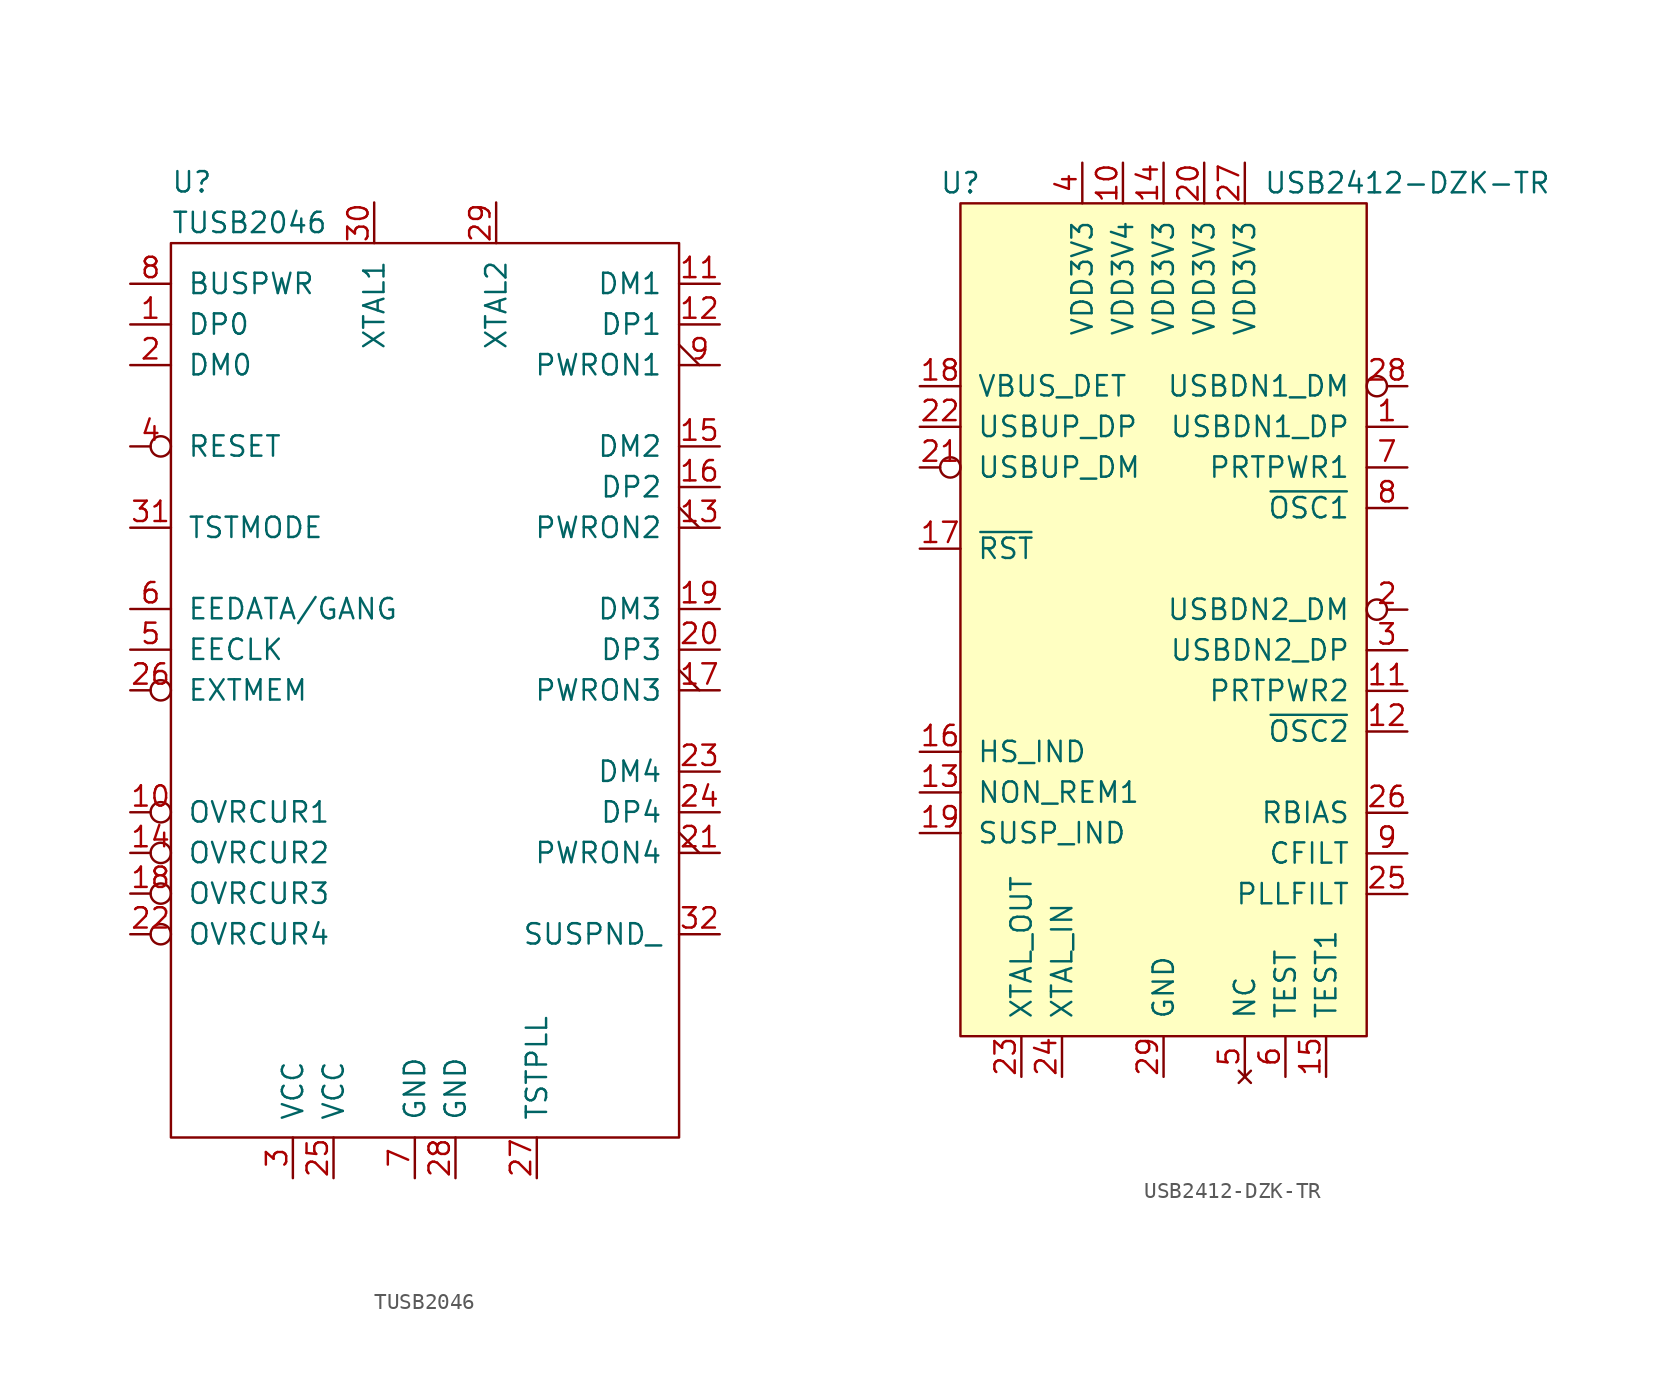
<source format=kicad_sym>
(kicad_symbol_lib
  (version 20220914)
  (generator kicad_symbol_editor)
  (symbol "TUSB2046"
    (pin_names
      (offset 1.016))
    (property "Reference" "U"
      (at -10.16 21.59 0)
      (effects (font (size 1.27 1.27)) (justify left)))
    (property "Value" "TUSB2046"
      (at -10.16 19.05 0)
      (effects (font (size 1.27 1.27)) (justify left)))
    (symbol "TUSB2046_0_0"
      (pin bidirectional line (at -12.7 12.7 0) (length 2.54) (name "DP0" (effects (font (size 1.27 1.27)))) (number "1" (effects (font (size 1.27 1.27)))))
      (pin input inverted (at -12.7 -17.78 0) (length 2.54) (name "OVRCUR1" (effects (font (size 1.27 1.27)))) (number "10" (effects (font (size 1.27 1.27)))))
      (pin bidirectional line (at 24.13 15.24 180) (length 2.54) (name "DM1" (effects (font (size 1.27 1.27)))) (number "11" (effects (font (size 1.27 1.27)))))
      (pin bidirectional line (at 24.13 12.7 180) (length 2.54) (name "DP1" (effects (font (size 1.27 1.27)))) (number "12" (effects (font (size 1.27 1.27)))))
      (pin output output_low (at 24.13 0 180) (length 2.54) (name "PWRON2" (effects (font (size 1.27 1.27)))) (number "13" (effects (font (size 1.27 1.27)))))
      (pin input inverted (at -12.7 -20.32 0) (length 2.54) (name "OVRCUR2" (effects (font (size 1.27 1.27)))) (number "14" (effects (font (size 1.27 1.27)))))
      (pin bidirectional line (at 24.13 5.08 180) (length 2.54) (name "DM2" (effects (font (size 1.27 1.27)))) (number "15" (effects (font (size 1.27 1.27)))))
      (pin bidirectional line (at 24.13 2.54 180) (length 2.54) (name "DP2" (effects (font (size 1.27 1.27)))) (number "16" (effects (font (size 1.27 1.27)))))
      (pin output output_low (at 24.13 -10.16 180) (length 2.54) (name "PWRON3" (effects (font (size 1.27 1.27)))) (number "17" (effects (font (size 1.27 1.27)))))
      (pin input inverted (at -12.7 -22.86 0) (length 2.54) (name "OVRCUR3" (effects (font (size 1.27 1.27)))) (number "18" (effects (font (size 1.27 1.27)))))
      (pin bidirectional line (at 24.13 -5.08 180) (length 2.54) (name "DM3" (effects (font (size 1.27 1.27)))) (number "19" (effects (font (size 1.27 1.27)))))
      (pin bidirectional line (at -12.7 10.16 0) (length 2.54) (name "DM0" (effects (font (size 1.27 1.27)))) (number "2" (effects (font (size 1.27 1.27)))))
      (pin bidirectional line (at 24.13 -7.62 180) (length 2.54) (name "DP3" (effects (font (size 1.27 1.27)))) (number "20" (effects (font (size 1.27 1.27)))))
      (pin output output_low (at 24.13 -20.32 180) (length 2.54) (name "PWRON4" (effects (font (size 1.27 1.27)))) (number "21" (effects (font (size 1.27 1.27)))))
      (pin input inverted (at -12.7 -25.4 0) (length 2.54) (name "OVRCUR4" (effects (font (size 1.27 1.27)))) (number "22" (effects (font (size 1.27 1.27)))))
      (pin bidirectional line (at 24.13 -15.24 180) (length 2.54) (name "DM4" (effects (font (size 1.27 1.27)))) (number "23" (effects (font (size 1.27 1.27)))))
      (pin bidirectional line (at 24.13 -17.78 180) (length 2.54) (name "DP4" (effects (font (size 1.27 1.27)))) (number "24" (effects (font (size 1.27 1.27)))))
      (pin power_in line (at 0 -40.64 90) (length 2.54) (name "VCC" (effects (font (size 1.27 1.27)))) (number "25" (effects (font (size 1.27 1.27)))))
      (pin input inverted (at -12.7 -10.16 0) (length 2.54) (name "EXTMEM" (effects (font (size 1.27 1.27)))) (number "26" (effects (font (size 1.27 1.27)))))
      (pin bidirectional line (at 12.7 -40.64 90) (length 2.54) (name "TSTPLL" (effects (font (size 1.27 1.27)))) (number "27" (effects (font (size 1.27 1.27)))))
      (pin power_in line (at 7.62 -40.64 90) (length 2.54) (name "GND" (effects (font (size 1.27 1.27)))) (number "28" (effects (font (size 1.27 1.27)))))
      (pin output line (at 10.16 20.32 270) (length 2.54) (name "XTAL2" (effects (font (size 1.27 1.27)))) (number "29" (effects (font (size 1.27 1.27)))))
      (pin power_in line (at -2.54 -40.64 90) (length 2.54) (name "VCC" (effects (font (size 1.27 1.27)))) (number "3" (effects (font (size 1.27 1.27)))))
      (pin input line (at 2.54 20.32 270) (length 2.54) (name "XTAL1" (effects (font (size 1.27 1.27)))) (number "30" (effects (font (size 1.27 1.27)))))
      (pin input line (at -12.7 0 0) (length 2.54) (name "TSTMODE" (effects (font (size 1.27 1.27)))) (number "31" (effects (font (size 1.27 1.27)))))
      (pin output line (at 24.13 -25.4 180) (length 2.54) (name "SUSPND_" (effects (font (size 1.27 1.27)))) (number "32" (effects (font (size 1.27 1.27)))))
      (pin input inverted (at -12.7 5.08 0) (length 2.54) (name "RESET" (effects (font (size 1.27 1.27)))) (number "4" (effects (font (size 1.27 1.27)))))
      (pin output line (at -12.7 -7.62 0) (length 2.54) (name "EECLK" (effects (font (size 1.27 1.27)))) (number "5" (effects (font (size 1.27 1.27)))))
      (pin bidirectional line (at -12.7 -5.08 0) (length 2.54) (name "EEDATA/GANG" (effects (font (size 1.27 1.27)))) (number "6" (effects (font (size 1.27 1.27)))))
      (pin power_in line (at 5.08 -40.64 90) (length 2.54) (name "GND" (effects (font (size 1.27 1.27)))) (number "7" (effects (font (size 1.27 1.27)))))
      (pin power_in line (at -12.7 15.24 0) (length 2.54) (name "BUSPWR" (effects (font (size 1.27 1.27)))) (number "8" (effects (font (size 1.27 1.27)))))
      (pin output output_low (at 24.13 10.16 180) (length 2.54) (name "PWRON1" (effects (font (size 1.27 1.27)))) (number "9" (effects (font (size 1.27 1.27))))))
    (symbol "TUSB2046_0_1"
      (rectangle (start -10.16 17.78) (end 21.59 -38.1) (stroke (width 0) (type default)) (fill (type none)))))
  (symbol "USB2412-DZK-TR"
    (pin_names
      (offset 1.016))
    (property "Reference" "U"
      (at -25.4 38.1 0)
      (effects (font (size 1.27 1.27))))
    (property "Value" "USB2412-DZK-TR"
      (at 2.54 38.1 0)
      (effects (font (size 1.27 1.27))))
    (symbol "USB2412-DZK-TR_0_1"
      (polyline (pts (xy -25.4 36.83) (xy 0 36.83) (xy 0 -15.24) (xy -25.4 -15.24) (xy -25.4 36.83)) (stroke (width 0) (type default)) (fill (type background))))
    (symbol "USB2412-DZK-TR_1_1"
      (pin bidirectional line (at 2.54 22.86 180) (length 2.54) (name "USBDN1_DP" (effects (font (size 1.27 1.27)))) (number "1" (effects (font (size 1.27 1.27)))))
      (pin power_in line (at -15.24 39.37 270) (length 2.54) (name "VDD3V4" (effects (font (size 1.27 1.27)))) (number "10" (effects (font (size 1.27 1.27)))))
      (pin output line (at 2.54 6.35 180) (length 2.54) (name "PRTPWR2" (effects (font (size 1.27 1.27)))) (number "11" (effects (font (size 1.27 1.27)))))
      (pin input line (at 2.54 3.81 180) (length 2.54) (name "~{OSC2}" (effects (font (size 1.27 1.27)))) (number "12" (effects (font (size 1.27 1.27)))))
      (pin input line (at -27.94 0 0) (length 2.54) (name "NON_REM1" (effects (font (size 1.27 1.27)))) (number "13" (effects (font (size 1.27 1.27)))))
      (pin power_in line (at -12.7 39.37 270) (length 2.54) (name "VDD3V3" (effects (font (size 1.27 1.27)))) (number "14" (effects (font (size 1.27 1.27)))))
      (pin input line (at -2.54 -17.78 90) (length 2.54) (name "TEST1" (effects (font (size 1.27 1.27)))) (number "15" (effects (font (size 1.27 1.27)))))
      (pin input line (at -27.94 2.54 0) (length 2.54) (name "HS_IND" (effects (font (size 1.27 1.27)))) (number "16" (effects (font (size 1.27 1.27)))))
      (pin input line (at -27.94 15.24 0) (length 2.54) (name "~{RST}" (effects (font (size 1.27 1.27)))) (number "17" (effects (font (size 1.27 1.27)))))
      (pin input line (at -27.94 25.4 0) (length 2.54) (name "VBUS_DET" (effects (font (size 1.27 1.27)))) (number "18" (effects (font (size 1.27 1.27)))))
      (pin input line (at -27.94 -2.54 0) (length 2.54) (name "SUSP_IND" (effects (font (size 1.27 1.27)))) (number "19" (effects (font (size 1.27 1.27)))))
      (pin bidirectional inverted (at 2.54 11.43 180) (length 2.54) (name "USBDN2_DM" (effects (font (size 1.27 1.27)))) (number "2" (effects (font (size 1.27 1.27)))))
      (pin power_in line (at -10.16 39.37 270) (length 2.54) (name "VDD3V3" (effects (font (size 1.27 1.27)))) (number "20" (effects (font (size 1.27 1.27)))))
      (pin bidirectional inverted (at -27.94 20.32 0) (length 2.54) (name "USBUP_DM" (effects (font (size 1.27 1.27)))) (number "21" (effects (font (size 1.27 1.27)))))
      (pin bidirectional line (at -27.94 22.86 0) (length 2.54) (name "USBUP_DP" (effects (font (size 1.27 1.27)))) (number "22" (effects (font (size 1.27 1.27)))))
      (pin output line (at -21.59 -17.78 90) (length 2.54) (name "XTAL_OUT" (effects (font (size 1.27 1.27)))) (number "23" (effects (font (size 1.27 1.27)))))
      (pin input line (at -19.05 -17.78 90) (length 2.54) (name "XTAL_IN" (effects (font (size 1.27 1.27)))) (number "24" (effects (font (size 1.27 1.27)))))
      (pin output line (at 2.54 -6.35 180) (length 2.54) (name "PLLFILT" (effects (font (size 1.27 1.27)))) (number "25" (effects (font (size 1.27 1.27)))))
      (pin input line (at 2.54 -1.27 180) (length 2.54) (name "RBIAS" (effects (font (size 1.27 1.27)))) (number "26" (effects (font (size 1.27 1.27)))))
      (pin power_in line (at -7.62 39.37 270) (length 2.54) (name "VDD3V3" (effects (font (size 1.27 1.27)))) (number "27" (effects (font (size 1.27 1.27)))))
      (pin bidirectional inverted (at 2.54 25.4 180) (length 2.54) (name "USBDN1_DM" (effects (font (size 1.27 1.27)))) (number "28" (effects (font (size 1.27 1.27)))))
      (pin power_in line (at -12.7 -17.78 90) (length 2.54) (name "GND" (effects (font (size 1.27 1.27)))) (number "29" (effects (font (size 1.27 1.27)))))
      (pin bidirectional line (at 2.54 8.89 180) (length 2.54) (name "USBDN2_DP" (effects (font (size 1.27 1.27)))) (number "3" (effects (font (size 1.27 1.27)))))
      (pin power_in line (at -17.78 39.37 270) (length 2.54) (name "VDD3V3" (effects (font (size 1.27 1.27)))) (number "4" (effects (font (size 1.27 1.27)))))
      (pin no_connect line (at -7.62 -17.78 90) (length 2.54) (name "NC" (effects (font (size 1.27 1.27)))) (number "5" (effects (font (size 1.27 1.27)))))
      (pin input line (at -5.08 -17.78 90) (length 2.54) (name "TEST" (effects (font (size 1.27 1.27)))) (number "6" (effects (font (size 1.27 1.27)))))
      (pin output line (at 2.54 20.32 180) (length 2.54) (name "PRTPWR1" (effects (font (size 1.27 1.27)))) (number "7" (effects (font (size 1.27 1.27)))))
      (pin input line (at 2.54 17.78 180) (length 2.54) (name "~{OSC1}" (effects (font (size 1.27 1.27)))) (number "8" (effects (font (size 1.27 1.27)))))
      (pin output line (at 2.54 -3.81 180) (length 2.54) (name "CFILT" (effects (font (size 1.27 1.27)))) (number "9" (effects (font (size 1.27 1.27))))))))
</source>
